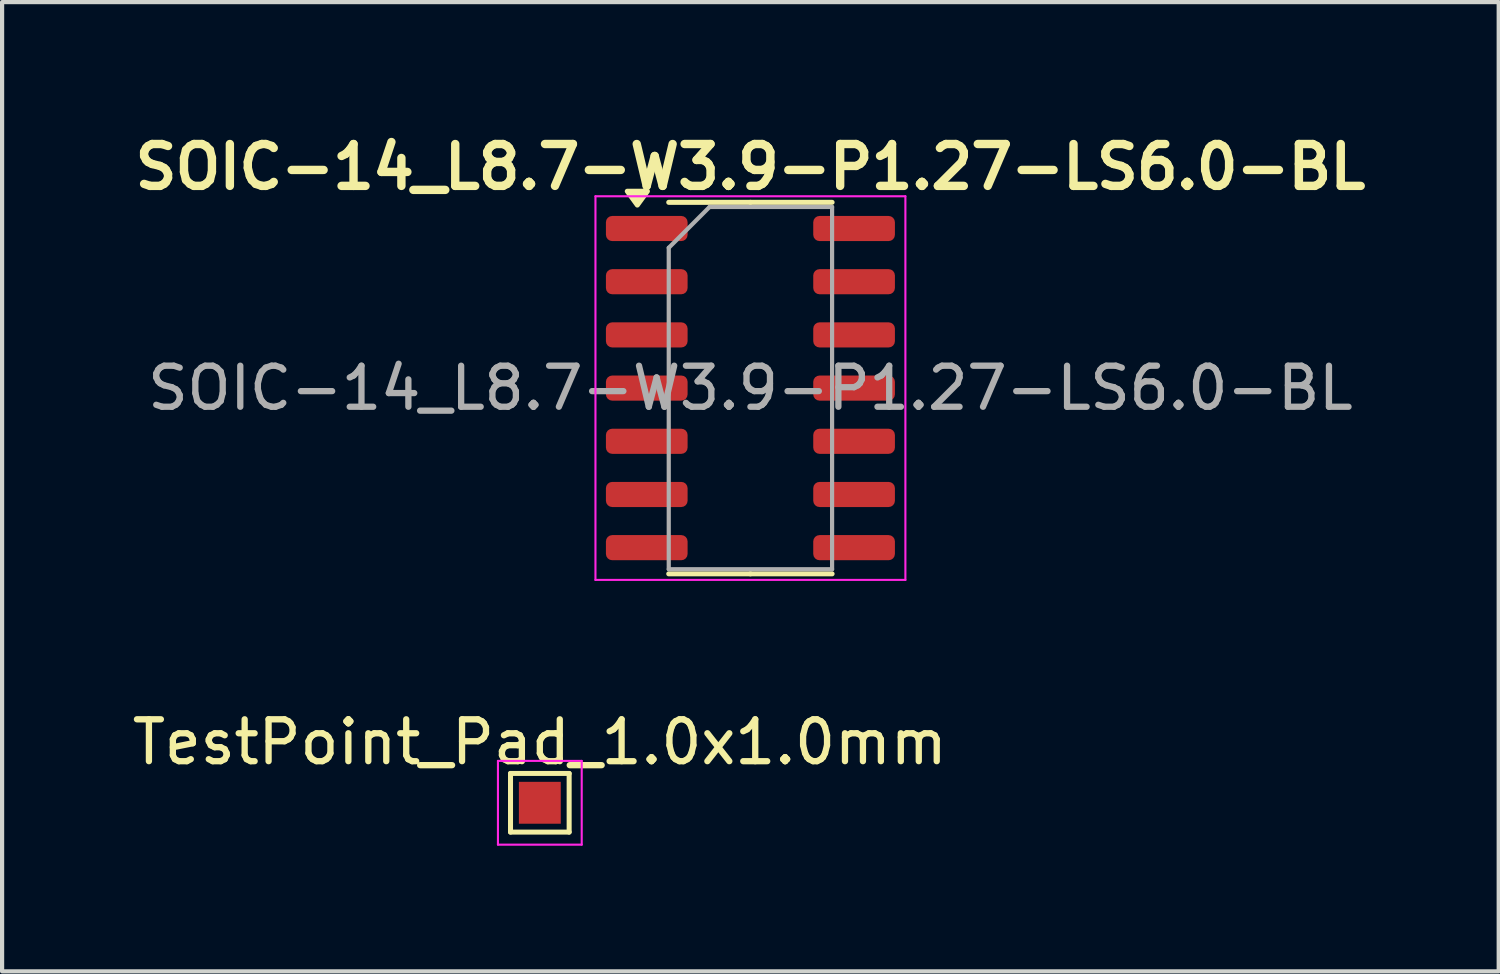
<source format=kicad_pcb>
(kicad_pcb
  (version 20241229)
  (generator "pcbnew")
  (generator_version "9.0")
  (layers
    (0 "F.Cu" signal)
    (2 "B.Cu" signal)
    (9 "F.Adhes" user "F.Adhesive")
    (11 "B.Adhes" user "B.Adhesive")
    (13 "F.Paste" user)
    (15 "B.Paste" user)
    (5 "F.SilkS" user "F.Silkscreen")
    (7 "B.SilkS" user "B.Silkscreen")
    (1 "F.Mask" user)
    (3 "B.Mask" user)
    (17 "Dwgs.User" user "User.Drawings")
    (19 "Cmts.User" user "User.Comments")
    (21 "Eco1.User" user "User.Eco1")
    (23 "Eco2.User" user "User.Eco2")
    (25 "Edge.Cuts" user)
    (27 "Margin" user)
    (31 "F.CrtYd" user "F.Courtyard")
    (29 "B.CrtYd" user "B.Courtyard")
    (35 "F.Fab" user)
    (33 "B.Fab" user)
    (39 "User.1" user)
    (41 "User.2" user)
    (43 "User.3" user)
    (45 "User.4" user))
  (footprint "TestPoint_Pad_1.0x1.0mm"
    (layer "F.Cu")
    (at 9.839 16.117)
    (property "Reference" "TestPoint_Pad_1.0x1.0mm" (at 0 -1.448 0) (layer "F.SilkS") (effects (font (size 1 1) (thickness 0.15))))
    (attr exclude_from_pos_files)
    (fp_line (start -0.7 -0.7) (end 0.7 -0.7) (stroke (width 0.12) (type solid)) (layer "F.SilkS"))
    (fp_line (start -0.7 0.7) (end -0.7 -0.7) (stroke (width 0.12) (type solid)) (layer "F.SilkS"))
    (fp_line (start 0.7 -0.7) (end 0.7 0.7) (stroke (width 0.12) (type solid)) (layer "F.SilkS"))
    (fp_line (start 0.7 0.7) (end -0.7 0.7) (stroke (width 0.12) (type solid)) (layer "F.SilkS"))
    (fp_line (start -1 -1) (end -1 1) (stroke (width 0.05) (type solid)) (layer "F.CrtYd"))
    (fp_line (start -1 -1) (end 1 -1) (stroke (width 0.05) (type solid)) (layer "F.CrtYd"))
    (fp_line (start 1 1) (end -1 1) (stroke (width 0.05) (type solid)) (layer "F.CrtYd"))
    (fp_line (start 1 1) (end 1 -1) (stroke (width 0.05) (type solid)) (layer "F.CrtYd"))
    (pad "1" smd rect (at 0 0) (size 1 1) (layers "F.Cu" "F.Mask")))
  (footprint "SOIC-14_L8.7-W3.9-P1.27-LS6.0-BL"
    (layer "F.Cu")
    (at 14.867 6.216)
    (property "Reference" "SOIC-14_L8.7-W3.9-P1.27-LS6.0-BL" (at 0 -5.28 0) (layer "F.SilkS") (effects (font (size 1 1) (thickness 0.2) (bold yes))))
    (attr smd)
    (fp_line (start 0 -4.435) (end -1.95 -4.435) (stroke (width 0.12) (type solid)) (layer "F.SilkS"))
    (fp_line (start 0 -4.435) (end 1.95 -4.435) (stroke (width 0.12) (type solid)) (layer "F.SilkS"))
    (fp_line (start 0 4.435) (end -1.95 4.435) (stroke (width 0.12) (type solid)) (layer "F.SilkS"))
    (fp_line (start 0 4.435) (end 1.95 4.435) (stroke (width 0.12) (type solid)) (layer "F.SilkS"))
    (fp_poly (pts (xy -2.7 -4.37) (xy -2.94 -4.7) (xy -2.46 -4.7) (xy -2.7 -4.37)) (stroke (width 0.12) (type solid)) (fill yes) (layer "F.SilkS"))
    (fp_line (start -3.7 -4.58) (end -3.7 4.58) (stroke (width 0.05) (type solid)) (layer "F.CrtYd"))
    (fp_line (start -3.7 4.58) (end 3.7 4.58) (stroke (width 0.05) (type solid)) (layer "F.CrtYd"))
    (fp_line (start 3.7 -4.58) (end -3.7 -4.58) (stroke (width 0.05) (type solid)) (layer "F.CrtYd"))
    (fp_line (start 3.7 4.58) (end 3.7 -4.58) (stroke (width 0.05) (type solid)) (layer "F.CrtYd"))
    (fp_line (start -1.95 -3.35) (end -0.975 -4.325) (stroke (width 0.1) (type solid)) (layer "F.Fab"))
    (fp_line (start -1.95 4.325) (end -1.95 -3.35) (stroke (width 0.1) (type solid)) (layer "F.Fab"))
    (fp_line (start -0.975 -4.325) (end 1.95 -4.325) (stroke (width 0.1) (type solid)) (layer "F.Fab"))
    (fp_line (start 1.95 -4.325) (end 1.95 4.325) (stroke (width 0.1) (type solid)) (layer "F.Fab"))
    (fp_line (start 1.95 4.325) (end -1.95 4.325) (stroke (width 0.1) (type solid)) (layer "F.Fab"))
    (fp_text user "${REFERENCE}" (at 0 0 0) (layer "F.Fab") (effects (font (size 0.98 0.98) (thickness 0.15))))
    (pad "1" smd roundrect (at -2.475 -3.81) (size 1.95 0.6) (layers "F.Cu" "F.Mask" "F.Paste") (roundrect_rratio 0.25))
    (pad "2" smd roundrect (at -2.475 -2.54) (size 1.95 0.6) (layers "F.Cu" "F.Mask" "F.Paste") (roundrect_rratio 0.25))
    (pad "3" smd roundrect (at -2.475 -1.27) (size 1.95 0.6) (layers "F.Cu" "F.Mask" "F.Paste") (roundrect_rratio 0.25))
    (pad "4" smd roundrect (at -2.475 0) (size 1.95 0.6) (layers "F.Cu" "F.Mask" "F.Paste") (roundrect_rratio 0.25))
    (pad "5" smd roundrect (at -2.475 1.27) (size 1.95 0.6) (layers "F.Cu" "F.Mask" "F.Paste") (roundrect_rratio 0.25))
    (pad "6" smd roundrect (at -2.475 2.54) (size 1.95 0.6) (layers "F.Cu" "F.Mask" "F.Paste") (roundrect_rratio 0.25))
    (pad "7" smd roundrect (at -2.475 3.81) (size 1.95 0.6) (layers "F.Cu" "F.Mask" "F.Paste") (roundrect_rratio 0.25))
    (pad "8" smd roundrect (at 2.475 3.81) (size 1.95 0.6) (layers "F.Cu" "F.Mask" "F.Paste") (roundrect_rratio 0.25))
    (pad "9" smd roundrect (at 2.475 2.54) (size 1.95 0.6) (layers "F.Cu" "F.Mask" "F.Paste") (roundrect_rratio 0.25))
    (pad "10" smd roundrect (at 2.475 1.27) (size 1.95 0.6) (layers "F.Cu" "F.Mask" "F.Paste") (roundrect_rratio 0.25))
    (pad "11" smd roundrect (at 2.475 0) (size 1.95 0.6) (layers "F.Cu" "F.Mask" "F.Paste") (roundrect_rratio 0.25))
    (pad "12" smd roundrect (at 2.475 -1.27) (size 1.95 0.6) (layers "F.Cu" "F.Mask" "F.Paste") (roundrect_rratio 0.25))
    (pad "13" smd roundrect (at 2.475 -2.54) (size 1.95 0.6) (layers "F.Cu" "F.Mask" "F.Paste") (roundrect_rratio 0.25))
    (pad "14" smd roundrect (at 2.475 -3.81) (size 1.95 0.6) (layers "F.Cu" "F.Mask" "F.Paste") (roundrect_rratio 0.25)))
  (gr_rect
    (start -3 -3)
    (end 32.733 20.142)
    (stroke (width 0.1) (type default))
    (fill no)
    (layer "Edge.Cuts")))
</source>
